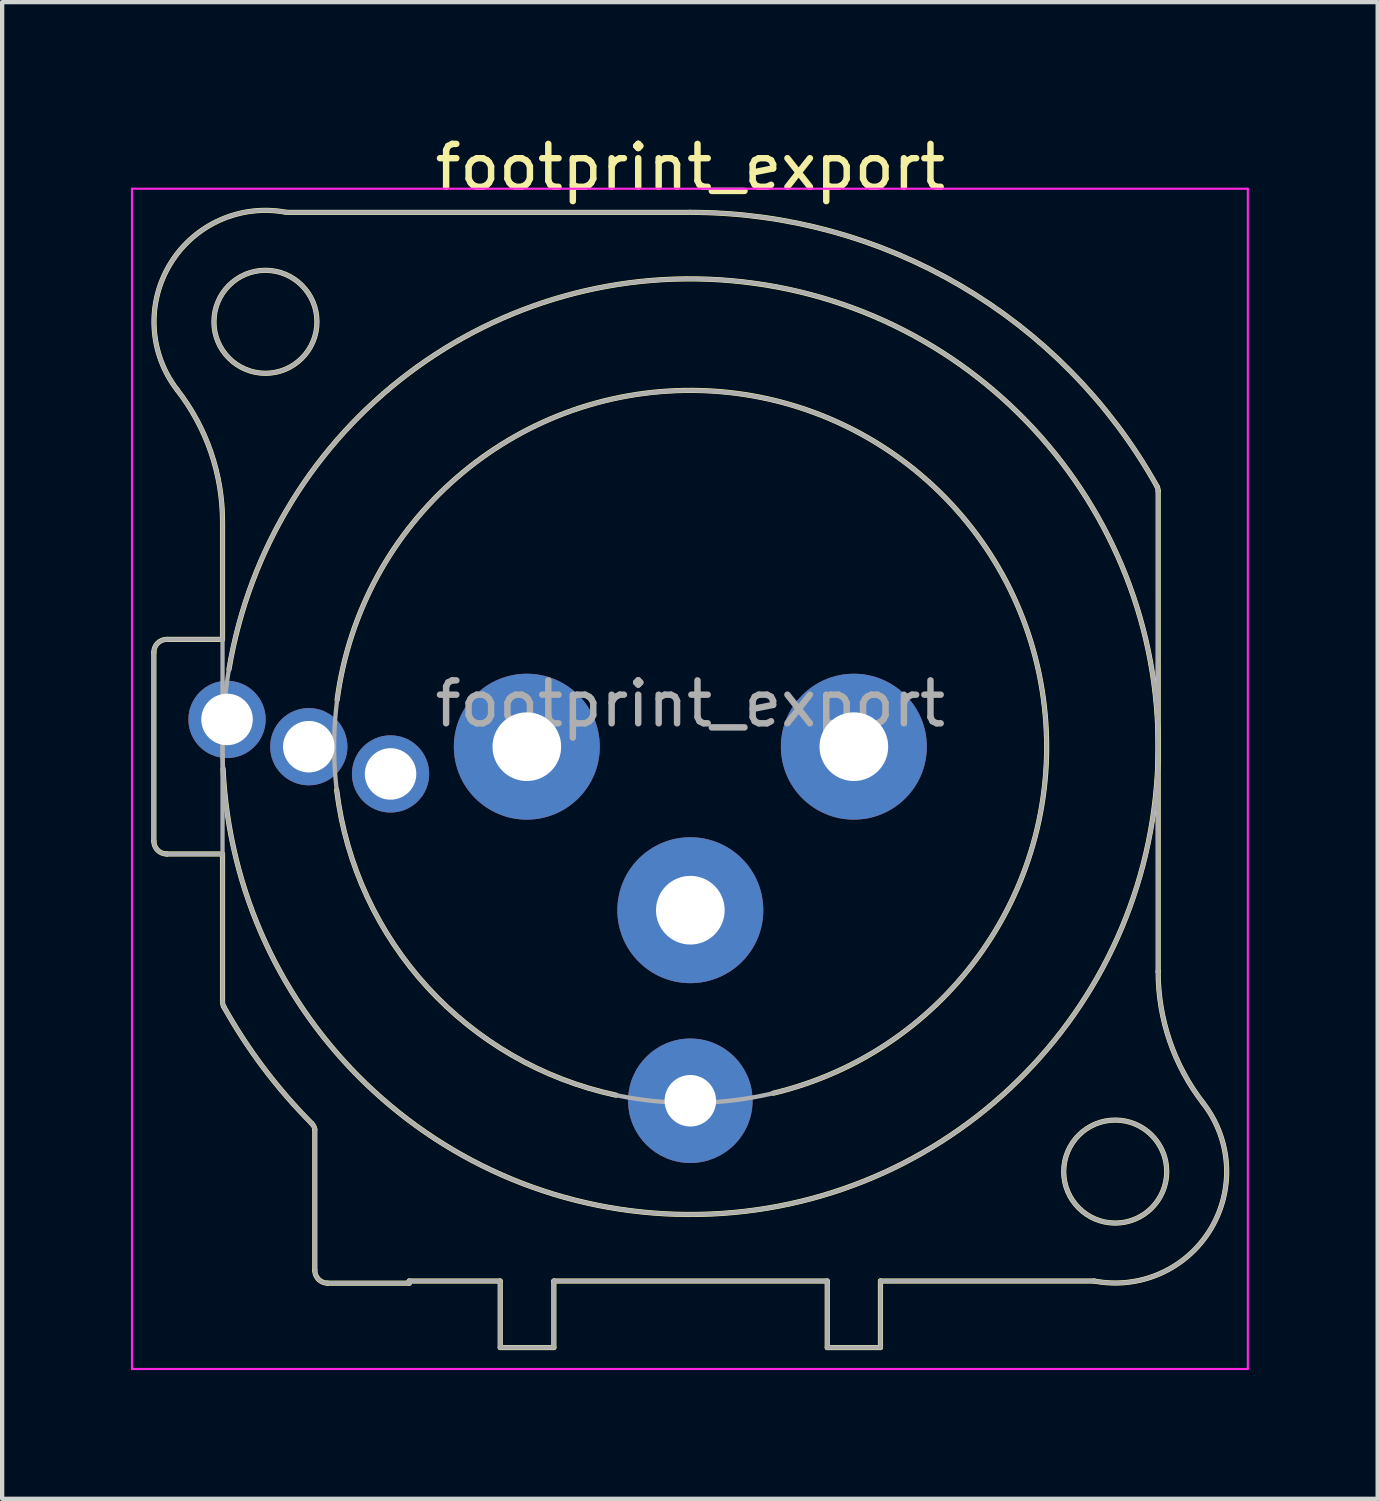
<source format=kicad_pcb>
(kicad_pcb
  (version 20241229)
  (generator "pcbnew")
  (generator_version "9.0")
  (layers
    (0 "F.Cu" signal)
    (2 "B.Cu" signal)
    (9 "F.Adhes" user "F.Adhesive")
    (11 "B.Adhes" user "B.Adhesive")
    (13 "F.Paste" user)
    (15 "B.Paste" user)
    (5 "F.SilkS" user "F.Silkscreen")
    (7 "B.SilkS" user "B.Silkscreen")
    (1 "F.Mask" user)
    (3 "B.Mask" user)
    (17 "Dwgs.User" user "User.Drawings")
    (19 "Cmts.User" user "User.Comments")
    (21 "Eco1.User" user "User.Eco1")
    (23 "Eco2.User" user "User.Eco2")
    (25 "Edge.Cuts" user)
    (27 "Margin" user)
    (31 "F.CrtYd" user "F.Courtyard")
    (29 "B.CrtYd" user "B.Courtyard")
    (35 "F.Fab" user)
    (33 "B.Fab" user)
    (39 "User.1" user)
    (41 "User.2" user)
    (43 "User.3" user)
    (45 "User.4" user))
  (footprint "footprint_export"
    (layer "F.Cu")
    (at 9.225 14.348)
    (property "Reference" "footprint_export" (at 3.81 -13.5 0) (layer "F.SilkS") (effects (font (size 1 1) (thickness 0.15))))
    (attr through_hole)
    (fp_line (start -8.69 2.2) (end -8.69 -2.2) (stroke (width 0.12) (type solid)) (layer "F.SilkS"))
    (fp_line (start -7.09 -5.24) (end -7.09 -2.5) (stroke (width 0.12) (type solid)) (layer "F.SilkS"))
    (fp_line (start -7.09 -2.5) (end -8.39 -2.5) (stroke (width 0.12) (type solid)) (layer "F.SilkS"))
    (fp_line (start -7.09 2.5) (end -8.39 2.5) (stroke (width 0.12) (type solid)) (layer "F.SilkS"))
    (fp_line (start -7.09 2.5) (end -7.09 5.96) (stroke (width 0.12) (type solid)) (layer "F.SilkS"))
    (fp_line (start -4.94 12.2) (end -4.94 8.92) (stroke (width 0.12) (type solid)) (layer "F.SilkS"))
    (fp_line (start -4.64 12.5) (end -2.74 12.5) (stroke (width 0.12) (type solid)) (layer "F.SilkS"))
    (fp_line (start -2.74 12.45) (end -0.62 12.45) (stroke (width 0.12) (type solid)) (layer "F.SilkS"))
    (fp_line (start -2.74 12.5) (end -2.74 12.45) (stroke (width 0.12) (type solid)) (layer "F.SilkS"))
    (fp_line (start -0.62 12.45) (end -0.62 14) (stroke (width 0.12) (type solid)) (layer "F.SilkS"))
    (fp_line (start 0.63 12.45) (end 0.63 14) (stroke (width 0.12) (type solid)) (layer "F.SilkS"))
    (fp_line (start 0.63 12.45) (end 7 12.45) (stroke (width 0.12) (type solid)) (layer "F.SilkS"))
    (fp_line (start 0.63 14) (end -0.62 14) (stroke (width 0.12) (type solid)) (layer "F.SilkS"))
    (fp_line (start 3.81 -12.45) (end -5.6 -12.45) (stroke (width 0.12) (type solid)) (layer "F.SilkS"))
    (fp_line (start 7 12.45) (end 7 14) (stroke (width 0.12) (type solid)) (layer "F.SilkS"))
    (fp_line (start 8.24 12.45) (end 8.24 14) (stroke (width 0.12) (type solid)) (layer "F.SilkS"))
    (fp_line (start 8.24 12.45) (end 13.22 12.45) (stroke (width 0.12) (type solid)) (layer "F.SilkS"))
    (fp_line (start 8.24 14) (end 7 14) (stroke (width 0.12) (type solid)) (layer "F.SilkS"))
    (fp_line (start 14.71 5.24) (end 14.71 -5.96) (stroke (width 0.12) (type solid)) (layer "F.SilkS"))
    (fp_arc (start -8.69 -2.2) (mid -8.602132 -2.412132) (end -8.39 -2.5) (stroke (width 0.12) (type solid)) (layer "F.SilkS"))
    (fp_arc (start -8.39 2.5) (mid -8.602132 2.412132) (end -8.69 2.2) (stroke (width 0.12) (type solid)) (layer "F.SilkS"))
    (fp_arc (start -8.14458 -8.311426) (mid -7.360989 -6.863715) (end -7.09 -5.24) (stroke (width 0.12) (type solid)) (layer "F.SilkS"))
    (fp_arc (start -8.141124 -8.307677) (mid -8.303366 -11.257798) (end -5.6 -12.45) (stroke (width 0.12) (type solid)) (layer "F.SilkS"))
    (fp_arc (start -7.048716 6.079059) (mid -7.076957 6.022165) (end -7.09 5.96) (stroke (width 0.12) (type solid)) (layer "F.SilkS"))
    (fp_arc (start -6.94 -1.8) (mid 14.690408 0.647469) (end -7.077605 0.512393) (stroke (width 0.12) (type solid)) (layer "F.SilkS"))
    (fp_arc (start -5.014621 8.775339) (mid -6.130462 7.487838) (end -7.06 6.06) (stroke (width 0.12) (type solid)) (layer "F.SilkS"))
    (fp_arc (start -5.008287 8.781679) (mid -4.96257 8.845126) (end -4.94 8.92) (stroke (width 0.12) (type solid)) (layer "F.SilkS"))
    (fp_arc (start -4.64 12.5) (mid -4.852132 12.412132) (end -4.94 12.2) (stroke (width 0.12) (type solid)) (layer "F.SilkS"))
    (fp_arc (start -4.42 -1.09) (mid 9.369821 -6.165176) (end 5.741766 8.073988) (stroke (width 0.12) (type solid)) (layer "F.SilkS"))
    (fp_arc (start 2.08 8.12) (mid -2.313728 5.606002) (end -4.430844 1.007866) (stroke (width 0.12) (type solid)) (layer "F.SilkS"))
    (fp_arc (start 3.792668 -12.44996) (mid 10.104527 -10.741542) (end 14.68 -6.07) (stroke (width 0.12) (type solid)) (layer "F.SilkS"))
    (fp_arc (start 14.680526 -6.07) (mid 14.702504 -6.01694) (end 14.71 -5.96) (stroke (width 0.12) (type solid)) (layer "F.SilkS"))
    (fp_arc (start 15.761124 8.307677) (mid 15.923366 11.257798) (end 13.22 12.45) (stroke (width 0.12) (type solid)) (layer "F.SilkS"))
    (fp_arc (start 15.76458 8.311426) (mid 14.980989 6.863715) (end 14.71 5.24) (stroke (width 0.12) (type solid)) (layer "F.SilkS"))
    (fp_circle (center -6.09 -9.9) (end -4.89 -9.9) (stroke (width 0.12) (type solid)) (fill no) (layer "F.SilkS"))
    (fp_circle (center 13.71 9.9) (end 14.91 9.9) (stroke (width 0.12) (type solid)) (fill no) (layer "F.SilkS"))
    (fp_line (start -9.2 -13) (end 16.8 -13) (stroke (width 0.05) (type solid)) (layer "F.CrtYd"))
    (fp_line (start -9.2 14.5) (end -9.2 -13) (stroke (width 0.05) (type solid)) (layer "F.CrtYd"))
    (fp_line (start 16.8 -13) (end 16.8 14.5) (stroke (width 0.05) (type solid)) (layer "F.CrtYd"))
    (fp_line (start 16.8 14.5) (end -9.2 14.5) (stroke (width 0.05) (type solid)) (layer "F.CrtYd"))
    (fp_line (start -8.69 2.2) (end -8.69 -2.2) (stroke (width 0.1) (type solid)) (layer "F.Fab"))
    (fp_line (start -7.09 -5.24) (end -7.09 5.96) (stroke (width 0.1) (type solid)) (layer "F.Fab"))
    (fp_line (start -7.09 -2.5) (end -8.39 -2.5) (stroke (width 0.1) (type solid)) (layer "F.Fab"))
    (fp_line (start -7.09 2.5) (end -8.39 2.5) (stroke (width 0.1) (type solid)) (layer "F.Fab"))
    (fp_line (start -4.94 12.2) (end -4.94 8.92) (stroke (width 0.1) (type solid)) (layer "F.Fab"))
    (fp_line (start -4.64 12.5) (end -2.74 12.5) (stroke (width 0.1) (type solid)) (layer "F.Fab"))
    (fp_line (start -2.74 12.45) (end -0.62 12.45) (stroke (width 0.1) (type solid)) (layer "F.Fab"))
    (fp_line (start -2.74 12.5) (end -2.74 12.45) (stroke (width 0.1) (type solid)) (layer "F.Fab"))
    (fp_line (start -0.62 12.45) (end -0.62 14) (stroke (width 0.1) (type solid)) (layer "F.Fab"))
    (fp_line (start 0.63 12.45) (end 0.63 14) (stroke (width 0.1) (type solid)) (layer "F.Fab"))
    (fp_line (start 0.63 12.45) (end 7 12.45) (stroke (width 0.1) (type solid)) (layer "F.Fab"))
    (fp_line (start 0.63 14) (end -0.62 14) (stroke (width 0.1) (type solid)) (layer "F.Fab"))
    (fp_line (start 3.81 -12.45) (end -5.6 -12.45) (stroke (width 0.1) (type solid)) (layer "F.Fab"))
    (fp_line (start 7 12.45) (end 7 14) (stroke (width 0.1) (type solid)) (layer "F.Fab"))
    (fp_line (start 8.24 12.45) (end 8.24 14) (stroke (width 0.1) (type solid)) (layer "F.Fab"))
    (fp_line (start 8.24 12.45) (end 13.22 12.45) (stroke (width 0.1) (type solid)) (layer "F.Fab"))
    (fp_line (start 8.24 14) (end 7 14) (stroke (width 0.1) (type solid)) (layer "F.Fab"))
    (fp_line (start 14.71 5.24) (end 14.71 -5.96) (stroke (width 0.1) (type solid)) (layer "F.Fab"))
    (fp_arc (start -8.69 -2.2) (mid -8.602132 -2.412132) (end -8.39 -2.5) (stroke (width 0.1) (type solid)) (layer "F.Fab"))
    (fp_arc (start -8.39 2.5) (mid -8.602132 2.412132) (end -8.69 2.2) (stroke (width 0.1) (type solid)) (layer "F.Fab"))
    (fp_arc (start -8.14458 -8.311426) (mid -7.360989 -6.863715) (end -7.09 -5.24) (stroke (width 0.1) (type solid)) (layer "F.Fab"))
    (fp_arc (start -8.141124 -8.307677) (mid -8.303366 -11.257798) (end -5.6 -12.45) (stroke (width 0.1) (type solid)) (layer "F.Fab"))
    (fp_arc (start -7.048716 6.079059) (mid -7.076957 6.022165) (end -7.09 5.96) (stroke (width 0.1) (type solid)) (layer "F.Fab"))
    (fp_arc (start -5.014621 8.775339) (mid -6.130462 7.487838) (end -7.06 6.06) (stroke (width 0.1) (type solid)) (layer "F.Fab"))
    (fp_arc (start -5.008287 8.781679) (mid -4.96257 8.845126) (end -4.94 8.92) (stroke (width 0.1) (type solid)) (layer "F.Fab"))
    (fp_arc (start -4.64 12.5) (mid -4.852132 12.412132) (end -4.94 12.2) (stroke (width 0.1) (type solid)) (layer "F.Fab"))
    (fp_arc (start 3.792668 -12.44996) (mid 10.104527 -10.741542) (end 14.68 -6.07) (stroke (width 0.1) (type solid)) (layer "F.Fab"))
    (fp_arc (start 14.680526 -6.07) (mid 14.702504 -6.01694) (end 14.71 -5.96) (stroke (width 0.1) (type solid)) (layer "F.Fab"))
    (fp_arc (start 15.761124 8.307677) (mid 15.923366 11.257798) (end 13.22 12.45) (stroke (width 0.1) (type solid)) (layer "F.Fab"))
    (fp_arc (start 15.76458 8.311426) (mid 14.980989 6.863715) (end 14.71 5.24) (stroke (width 0.1) (type solid)) (layer "F.Fab"))
    (fp_circle (center -6.09 -9.9) (end -4.89 -9.9) (stroke (width 0.1) (type solid)) (fill no) (layer "F.Fab"))
    (fp_circle (center 3.81 0) (end 12.11 0) (stroke (width 0.1) (type solid)) (fill no) (layer "F.Fab"))
    (fp_circle (center 3.81 0) (end 14.71 0) (stroke (width 0.1) (type solid)) (fill no) (layer "F.Fab"))
    (fp_circle (center 13.71 9.9) (end 14.91 9.9) (stroke (width 0.1) (type solid)) (fill no) (layer "F.Fab"))
    (fp_text user "${REFERENCE}" (at 3.81 -1 0) (layer "F.Fab") (effects (font (size 1 1) (thickness 0.15))))
    (pad "1" thru_hole circle (at 0 0) (size 3.4 3.4) (drill 1.6) (layers "*.Cu" "*.Mask"))
    (pad "2" thru_hole circle (at 7.62 0) (size 3.4 3.4) (drill 1.6) (layers "*.Cu" "*.Mask"))
    (pad "3" thru_hole circle (at 3.81 3.81) (size 3.4 3.4) (drill 1.6) (layers "*.Cu" "*.Mask"))
    (pad "G" thru_hole circle (at 3.81 8.25) (size 2.9 2.9) (drill 1.2) (layers "*.Cu" "*.Mask"))
    (pad "N" thru_hole circle (at -5.08 0) (size 1.8 1.8) (drill 1.2) (layers "*.Cu" "*.Mask"))
    (pad "NC" thru_hole circle (at -3.175 0.635) (size 1.8 1.8) (drill 1.2) (layers "*.Cu" "*.Mask"))
    (pad "NO" thru_hole circle (at -6.985 -0.635) (size 1.8 1.8) (drill 1.2) (layers "*.Cu" "*.Mask")))
  (gr_rect
    (start -3 -3)
    (end 29.05 31.873)
    (stroke (width 0.1) (type default))
    (fill no)
    (layer "Edge.Cuts")))
</source>
